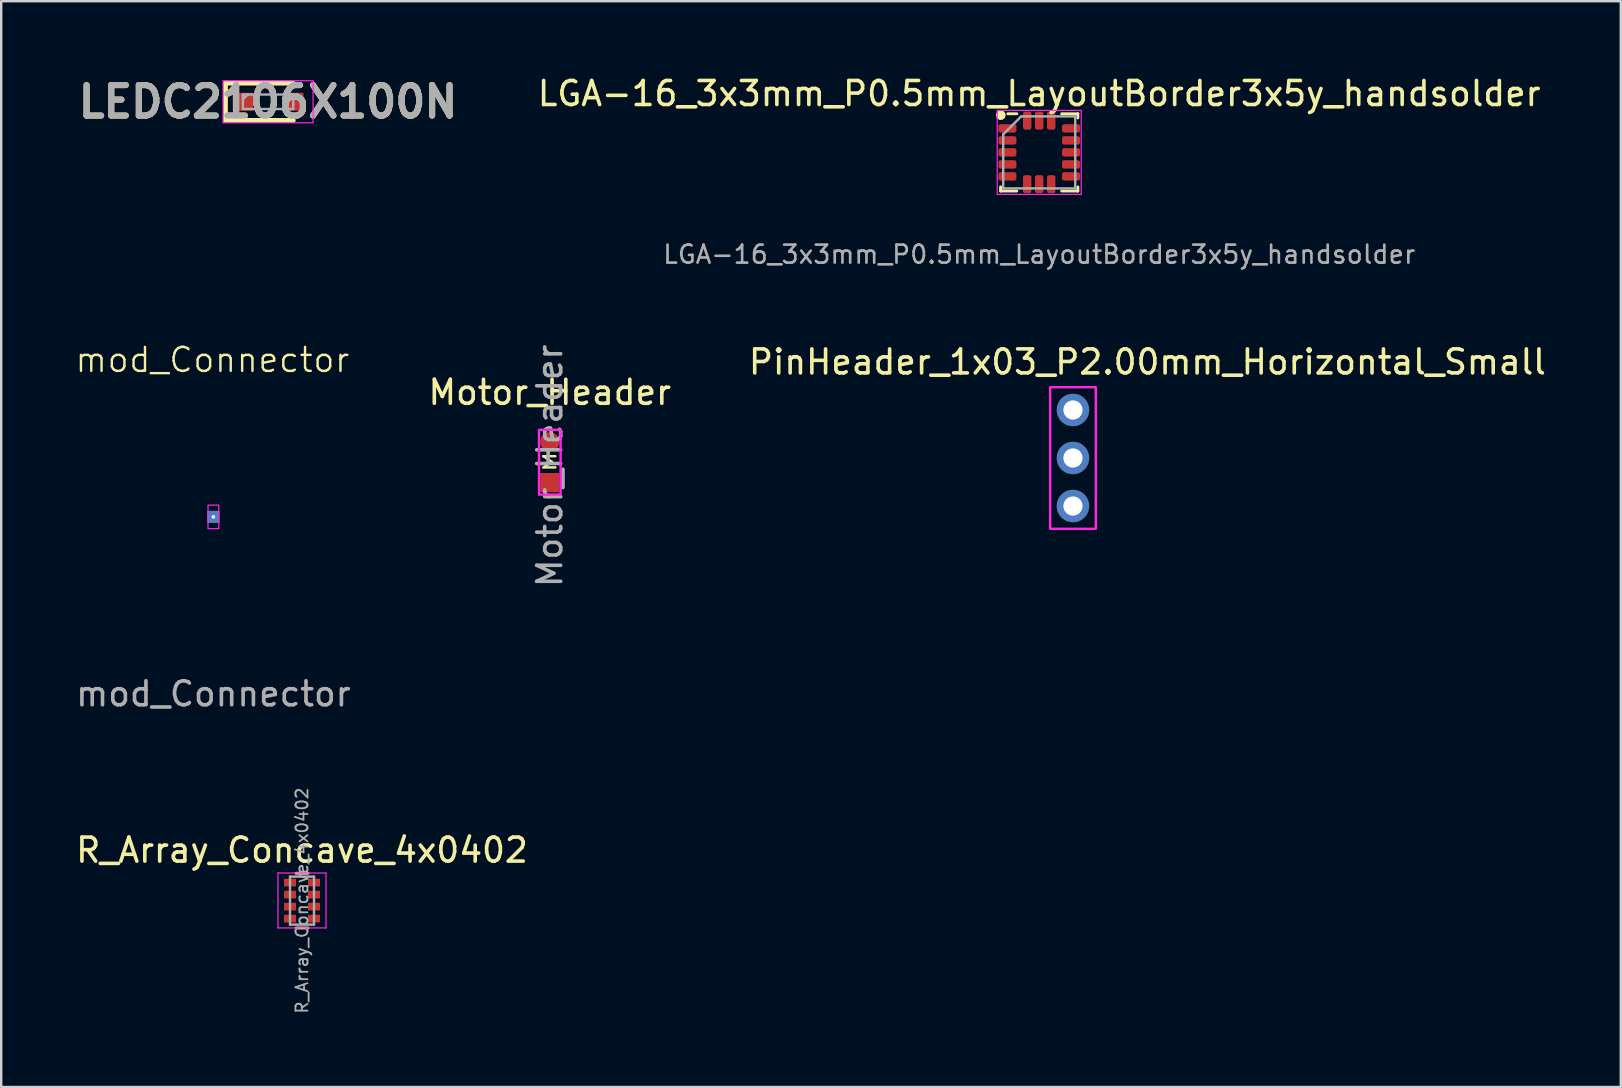
<source format=kicad_pcb>
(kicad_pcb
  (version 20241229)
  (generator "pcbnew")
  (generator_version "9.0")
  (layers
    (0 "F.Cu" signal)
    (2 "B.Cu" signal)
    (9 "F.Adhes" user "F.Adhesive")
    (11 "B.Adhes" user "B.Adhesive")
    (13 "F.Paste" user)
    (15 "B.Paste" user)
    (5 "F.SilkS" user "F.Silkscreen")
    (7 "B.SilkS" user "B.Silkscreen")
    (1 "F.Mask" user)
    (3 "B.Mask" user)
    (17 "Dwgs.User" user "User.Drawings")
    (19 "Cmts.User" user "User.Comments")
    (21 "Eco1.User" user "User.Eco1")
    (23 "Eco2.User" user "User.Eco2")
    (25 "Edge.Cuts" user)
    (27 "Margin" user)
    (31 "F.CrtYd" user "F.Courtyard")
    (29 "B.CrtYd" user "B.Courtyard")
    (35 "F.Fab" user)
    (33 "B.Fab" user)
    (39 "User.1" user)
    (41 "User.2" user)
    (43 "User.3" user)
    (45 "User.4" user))
  (footprint "Motor_Header"
    (layer "F.Cu")
    (at 19.851 15.353)
    (property "Reference" "Motor_Header" (at 0 -2.06 0) (layer "F.SilkS") (effects (font (size 1 1) (thickness 0.15))))
    (attr through_hole)
    (fp_poly (pts (xy -0.45 -0.5) (xy 0.45 -0.5) (xy 0.45 2.2) (xy -0.45 2.2)) (stroke (width 0.1) (type default)) (fill no) (layer "F.CrtYd"))
    (fp_text user "M" (at 0.3 1.3 90) (unlocked yes) (layer "F.SilkS") (effects (font (size 0.5 0.7) (thickness 0.1)) (justify left bottom)))
    (fp_text user "${REFERENCE}" (at 0 1 270) (layer "F.Fab") (effects (font (size 1 1) (thickness 0.15))))
    (pad "1" smd oval (at 0 0 180) (size 0.8 0.8) (layers "F.Cu" "F.Mask" "F.Paste"))
    (pad "2" smd rect (at 0 1.7 180) (size 0.8 0.8) (layers "F.Cu" "F.Mask" "F.Paste")))
  (footprint "R_Array_Concave_4x0402"
    (layer "F.Cu")
    (at 9.53 34.464)
    (property "Reference" "R_Array_Concave_4x0402" (at 0 -2.1 0) (layer "F.SilkS") (effects (font (size 1 1) (thickness 0.15))))
    (attr smd)
    (fp_line (start 0.25 -1.14) (end -0.25 -1.14) (stroke (width 0.12) (type solid)) (layer "F.SilkS"))
    (fp_line (start 0.25 1.14) (end -0.25 1.14) (stroke (width 0.12) (type solid)) (layer "F.SilkS"))
    (fp_line (start -1 -1.15) (end -1 1.14) (stroke (width 0.05) (type solid)) (layer "F.CrtYd"))
    (fp_line (start -1 -1.15) (end 1 -1.15) (stroke (width 0.05) (type solid)) (layer "F.CrtYd"))
    (fp_line (start 1 1.14) (end -1 1.14) (stroke (width 0.05) (type solid)) (layer "F.CrtYd"))
    (fp_line (start 1 1.14) (end 1 -1.15) (stroke (width 0.05) (type solid)) (layer "F.CrtYd"))
    (fp_line (start -0.5 -1) (end 0.5 -1) (stroke (width 0.1) (type solid)) (layer "F.Fab"))
    (fp_line (start -0.5 1) (end -0.5 -1) (stroke (width 0.1) (type solid)) (layer "F.Fab"))
    (fp_line (start 0.5 -1) (end 0.5 1) (stroke (width 0.1) (type solid)) (layer "F.Fab"))
    (fp_line (start 0.5 1) (end -0.5 1) (stroke (width 0.1) (type solid)) (layer "F.Fab"))
    (fp_text user "${REFERENCE}" (at 0 0 90) (layer "F.Fab") (effects (font (size 0.5 0.5) (thickness 0.075))))
    (pad "1" smd rect (at -0.5 -0.75) (size 0.5 0.32) (layers "F.Cu" "F.Mask" "F.Paste"))
    (pad "2" smd rect (at -0.5 -0.25) (size 0.5 0.32) (layers "F.Cu" "F.Mask" "F.Paste"))
    (pad "3" smd rect (at -0.5 0.25) (size 0.5 0.32) (layers "F.Cu" "F.Mask" "F.Paste"))
    (pad "4" smd rect (at -0.5 0.75) (size 0.5 0.32) (layers "F.Cu" "F.Mask" "F.Paste"))
    (pad "5" smd rect (at 0.5 0.75) (size 0.5 0.32) (layers "F.Cu" "F.Mask" "F.Paste"))
    (pad "6" smd rect (at 0.5 0.25) (size 0.5 0.32) (layers "F.Cu" "F.Mask" "F.Paste"))
    (pad "7" smd rect (at 0.5 -0.25) (size 0.5 0.32) (layers "F.Cu" "F.Mask" "F.Paste"))
    (pad "8" smd rect (at 0.5 -0.75) (size 0.5 0.32) (layers "F.Cu" "F.Mask" "F.Paste")))
  (footprint "LEDC2106X100N"
    (layer "F.Cu")
    (at 8.116 1.189)
    (property "Reference" "LEDC2106X100N" (at 0 0 0) (layer "F.SilkS") (effects (font (size 1.27 1.27) (thickness 0.254))))
    (attr smd)
    (fp_line (start -1.775 -0.775) (end -1.775 0.775) (stroke (width 0.2) (type solid)) (layer "F.SilkS"))
    (fp_line (start -1.775 0.775) (end 1.05 0.775) (stroke (width 0.2) (type solid)) (layer "F.SilkS"))
    (fp_line (start 1.05 -0.775) (end -1.775 -0.775) (stroke (width 0.2) (type solid)) (layer "F.SilkS"))
    (fp_line (start -1.875 -0.875) (end 1.875 -0.875) (stroke (width 0.05) (type solid)) (layer "F.CrtYd"))
    (fp_line (start -1.875 0.875) (end -1.875 -0.875) (stroke (width 0.05) (type solid)) (layer "F.CrtYd"))
    (fp_line (start 1.875 -0.875) (end 1.875 0.875) (stroke (width 0.05) (type solid)) (layer "F.CrtYd"))
    (fp_line (start 1.875 0.875) (end -1.875 0.875) (stroke (width 0.05) (type solid)) (layer "F.CrtYd"))
    (fp_line (start -1.05 -0.3) (end 1.05 -0.3) (stroke (width 0.1) (type solid)) (layer "F.Fab"))
    (fp_line (start -1.05 -0.1) (end -0.85 -0.3) (stroke (width 0.1) (type solid)) (layer "F.Fab"))
    (fp_line (start -1.05 0.3) (end -1.05 -0.3) (stroke (width 0.1) (type solid)) (layer "F.Fab"))
    (fp_line (start 1.05 -0.3) (end 1.05 0.3) (stroke (width 0.1) (type solid)) (layer "F.Fab"))
    (fp_line (start 1.05 0.3) (end -1.05 0.3) (stroke (width 0.1) (type solid)) (layer "F.Fab"))
    (fp_text user "${REFERENCE}" (at 0 0 0) (layer "F.Fab") (effects (font (size 1.27 1.27) (thickness 0.254))))
    (pad "1" smd rect (at -1.05 0 90) (size 0.75 0.85) (layers "F.Cu" "F.Mask" "F.Paste"))
    (pad "2" smd rect (at 1.05 0 90) (size 0.75 0.85) (layers "F.Cu" "F.Mask" "F.Paste")))
  (footprint "PinHeader_1x03_P2.00mm_Horizontal_Small"
    (layer "F.Cu")
    (at 41.644 14.028)
    (property "Reference" "PinHeader_1x03_P2.00mm_Horizontal_Small" (at 3.1 -2 0) (layer "F.SilkS") (effects (font (size 1 1) (thickness 0.15))))
    (attr through_hole)
    (fp_rect (start -0.95 -0.95) (end 0.95 4.95) (stroke (width 0.1) (type default)) (fill no) (layer "F.CrtYd"))
    (fp_line (start -0.25 -0.25) (end -0.25 0.25) (stroke (width 0.1) (type solid)) (layer "F.Fab"))
    (fp_line (start -0.25 1.75) (end -0.25 2.25) (stroke (width 0.1) (type solid)) (layer "F.Fab"))
    (fp_line (start -0.25 3.75) (end -0.25 4.25) (stroke (width 0.1) (type solid)) (layer "F.Fab"))
    (pad "1" thru_hole circle (at 0 0) (size 1.35 1.35) (drill 0.8) (layers "*.Cu" "*.Mask"))
    (pad "2" thru_hole oval (at 0 2) (size 1.35 1.35) (drill 0.8) (layers "*.Cu" "*.Mask"))
    (pad "3" thru_hole oval (at 0 4) (size 1.35 1.35) (drill 0.8) (layers "*.Cu" "*.Mask")))
  (footprint "LGA-16_3x3mm_P0.5mm_LayoutBorder3x5y_handsolder"
    (layer "F.Cu")
    (at 40.238 3.298)
    (property "Reference" "LGA-16_3x3mm_P0.5mm_LayoutBorder3x5y_handsolder" (at 0 -2.45 180) (layer "F.SilkS") (effects (font (size 1 1) (thickness 0.15))))
    (attr smd)
    (fp_line (start -1.61 1.61) (end -1.61 1.435) (stroke (width 0.12) (type solid)) (layer "F.SilkS"))
    (fp_line (start -0.935 -1.61) (end -1.31 -1.61) (stroke (width 0.12) (type solid)) (layer "F.SilkS"))
    (fp_line (start -0.935 1.61) (end -1.61 1.61) (stroke (width 0.12) (type solid)) (layer "F.SilkS"))
    (fp_line (start 0.935 -1.61) (end 1.61 -1.61) (stroke (width 0.12) (type solid)) (layer "F.SilkS"))
    (fp_line (start 0.935 1.61) (end 1.61 1.61) (stroke (width 0.12) (type solid)) (layer "F.SilkS"))
    (fp_line (start 1.61 -1.61) (end 1.61 -1.435) (stroke (width 0.12) (type solid)) (layer "F.SilkS"))
    (fp_line (start 1.61 1.61) (end 1.61 1.435) (stroke (width 0.12) (type solid)) (layer "F.SilkS"))
    (fp_circle (center -1.6 -1.55) (end -1.45 -1.55) (stroke (width 0.1) (type solid)) (fill yes) (layer "F.SilkS"))
    (fp_line (start -1.75 -1.75) (end -1.75 1.75) (stroke (width 0.05) (type solid)) (layer "F.CrtYd"))
    (fp_line (start -1.75 1.75) (end 1.75 1.75) (stroke (width 0.05) (type solid)) (layer "F.CrtYd"))
    (fp_line (start 1.75 -1.75) (end -1.75 -1.75) (stroke (width 0.05) (type solid)) (layer "F.CrtYd"))
    (fp_line (start 1.75 1.75) (end 1.75 -1.75) (stroke (width 0.05) (type solid)) (layer "F.CrtYd"))
    (fp_line (start -1.5 -0.75) (end -0.75 -1.5) (stroke (width 0.1) (type solid)) (layer "F.Fab"))
    (fp_line (start -1.5 1.5) (end -1.5 -0.75) (stroke (width 0.1) (type solid)) (layer "F.Fab"))
    (fp_line (start -0.75 -1.5) (end 1.5 -1.5) (stroke (width 0.1) (type solid)) (layer "F.Fab"))
    (fp_line (start 1.5 -1.5) (end 1.5 1.5) (stroke (width 0.1) (type solid)) (layer "F.Fab"))
    (fp_line (start 1.5 1.5) (end -1.5 1.5) (stroke (width 0.1) (type solid)) (layer "F.Fab"))
    (fp_text user "${REFERENCE}" (at 0 4.25 180) (layer "F.Fab") (effects (font (size 0.75 0.75) (thickness 0.11))))
    (pad "1" smd roundrect (at -1.325 -1) (size 0.75 0.35) (layers "F.Cu" "F.Mask" "F.Paste") (roundrect_rratio 0.25))
    (pad "2" smd roundrect (at -1.325 -0.5) (size 0.75 0.35) (layers "F.Cu" "F.Mask" "F.Paste") (roundrect_rratio 0.25))
    (pad "3" smd roundrect (at -1.325 0) (size 0.75 0.35) (layers "F.Cu" "F.Mask" "F.Paste") (roundrect_rratio 0.25))
    (pad "4" smd roundrect (at -1.325 0.5) (size 0.75 0.35) (layers "F.Cu" "F.Mask" "F.Paste") (roundrect_rratio 0.25))
    (pad "5" smd roundrect (at -1.325 1) (size 0.75 0.35) (layers "F.Cu" "F.Mask" "F.Paste") (roundrect_rratio 0.25))
    (pad "6" smd roundrect (at -0.5 1.325) (size 0.35 0.75) (layers "F.Cu" "F.Mask" "F.Paste") (roundrect_rratio 0.25))
    (pad "7" smd roundrect (at 0 1.325) (size 0.35 0.75) (layers "F.Cu" "F.Mask" "F.Paste") (roundrect_rratio 0.25))
    (pad "8" smd roundrect (at 0.5 1.325) (size 0.35 0.75) (layers "F.Cu" "F.Mask" "F.Paste") (roundrect_rratio 0.25))
    (pad "9" smd roundrect (at 1.325 1) (size 0.75 0.35) (layers "F.Cu" "F.Mask" "F.Paste") (roundrect_rratio 0.25))
    (pad "10" smd roundrect (at 1.325 0.5) (size 0.75 0.35) (layers "F.Cu" "F.Mask" "F.Paste") (roundrect_rratio 0.25))
    (pad "11" smd roundrect (at 1.325 0) (size 0.75 0.35) (layers "F.Cu" "F.Mask" "F.Paste") (roundrect_rratio 0.25))
    (pad "12" smd roundrect (at 1.325 -0.5) (size 0.75 0.35) (layers "F.Cu" "F.Mask" "F.Paste") (roundrect_rratio 0.25))
    (pad "13" smd roundrect (at 1.325 -1) (size 0.75 0.35) (layers "F.Cu" "F.Mask" "F.Paste") (roundrect_rratio 0.25))
    (pad "14" smd roundrect (at 0.5 -1.325) (size 0.35 0.75) (layers "F.Cu" "F.Mask" "F.Paste") (roundrect_rratio 0.25))
    (pad "15" smd roundrect (at 0 -1.325) (size 0.35 0.75) (layers "F.Cu" "F.Mask" "F.Paste") (roundrect_rratio 0.25))
    (pad "16" smd roundrect (at -0.5 -1.325) (size 0.35 0.75) (layers "F.Cu" "F.Mask" "F.Paste") (roundrect_rratio 0.25)))
  (footprint "mod_Connector"
    (layer "F.Cu")
    (at 5.839 18.471)
    (property "Reference" "mod_Connector" (at -0.04 -6.53 0) (unlocked yes) (layer "F.SilkS") (effects (font (size 1 1) (thickness 0.1))))
    (attr smd)
    (fp_rect (start -0.225 -0.48) (end 0.225 0.5) (stroke (width 0.05) (type default)) (fill no) (layer "F.CrtYd"))
    (fp_text user "${REFERENCE}" (at 0 7.38 0) (unlocked yes) (layer "F.Fab") (effects (font (size 1 1) (thickness 0.15))))
    (pad "1" thru_hole rect (at 0 0.01) (size 0.5 0.5) (drill 0.15) (layers "*.Cu" "*.Mask")))
  (gr_rect
    (start -3 -3)
    (end 64.464 42.229)
    (stroke (width 0.1) (type default))
    (fill no)
    (layer "Edge.Cuts")))
</source>
